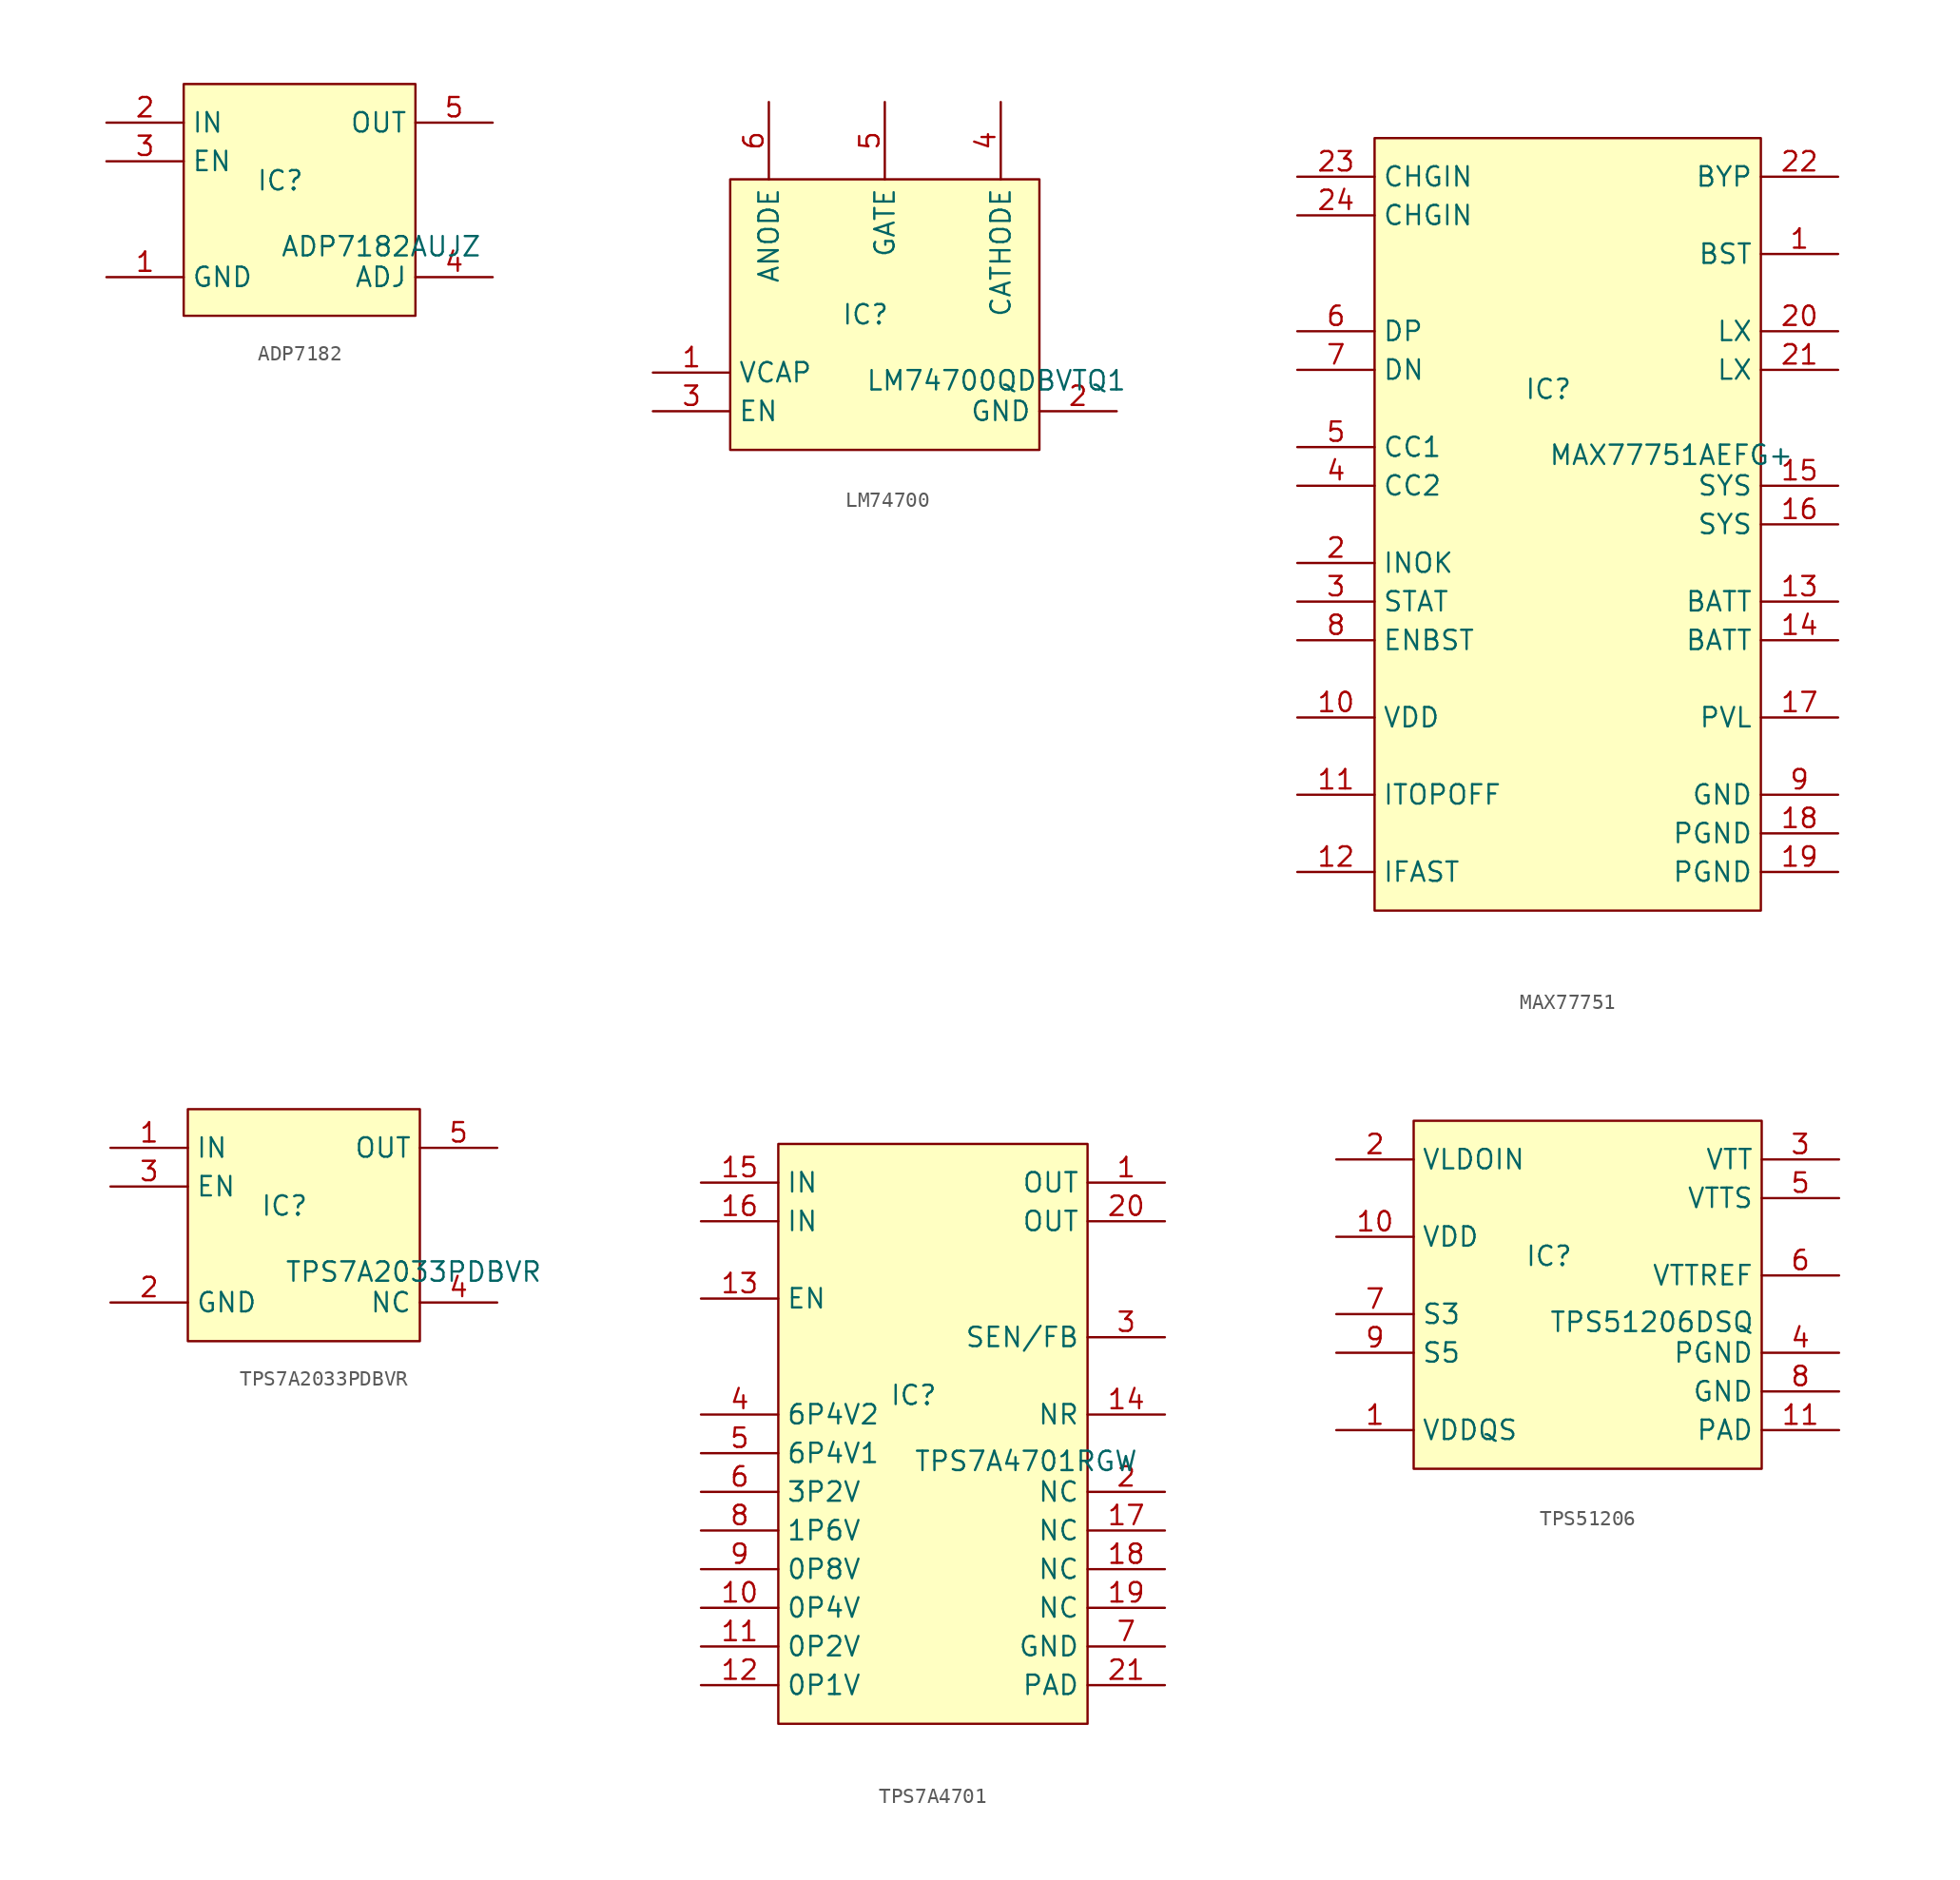
<source format=kicad_sym>
(kicad_symbol_lib
  (version 20231120)
  (generator "kicad_symbol_editor")
  (generator_version "8.0")
  (symbol "ADP7182"
    (property "Reference" "IC"
      (at -1.27 1.27 0)
      (effects (font (size 1.27 1.27))))
    (property "Value" "ADP7182AUJZ"
      (at -1.27 -3.81 0)
      (effects (font (size 1.27 1.27)) (justify left bottom)))
    (symbol "ADP7182_1_0"
      (rectangle (start -7.62 7.62) (end 7.62 -7.62) (stroke (width 0) (type solid) (color 128 0 0 1)) (fill (type background)))
      (pin passive line (at -12.7 -5.08 0) (length 5.08) (name "GND" (effects (font (size 1.27 1.27)))) (number "1" (effects (font (size 1.27 1.27)))))
      (pin passive line (at -12.7 5.08 0) (length 5.08) (name "IN" (effects (font (size 1.27 1.27)))) (number "2" (effects (font (size 1.27 1.27)))))
      (pin passive line (at -12.7 2.54 0) (length 5.08) (name "EN" (effects (font (size 1.27 1.27)))) (number "3" (effects (font (size 1.27 1.27)))))
      (pin passive line (at 12.7 -5.08 180) (length 5.08) (name "ADJ" (effects (font (size 1.27 1.27)))) (number "4" (effects (font (size 1.27 1.27)))))
      (pin passive line (at 12.7 5.08 180) (length 5.08) (name "OUT" (effects (font (size 1.27 1.27)))) (number "5" (effects (font (size 1.27 1.27)))))))
  (symbol "LM74700"
    (property "Reference" "IC"
      (at -1.27 1.27 0)
      (effects (font (size 1.27 1.27))))
    (property "Value" "LM74700QDBVTQ1"
      (at -1.27 -3.81 0)
      (effects (font (size 1.27 1.27)) (justify left bottom)))
    (symbol "LM74700_1_0"
      (rectangle (start -10.16 10.16) (end 10.16 -7.62) (stroke (width 0) (type solid) (color 128 0 0 1)) (fill (type background)))
      (pin passive line (at -15.24 -2.54 0) (length 5.08) (name "VCAP" (effects (font (size 1.27 1.27)))) (number "1" (effects (font (size 1.27 1.27)))))
      (pin passive line (at 15.24 -5.08 180) (length 5.08) (name "GND" (effects (font (size 1.27 1.27)))) (number "2" (effects (font (size 1.27 1.27)))))
      (pin input line (at -15.24 -5.08 0) (length 5.08) (name "EN" (effects (font (size 1.27 1.27)))) (number "3" (effects (font (size 1.27 1.27)))))
      (pin passive line (at 7.62 15.24 270) (length 5.08) (name "CATHODE" (effects (font (size 1.27 1.27)))) (number "4" (effects (font (size 1.27 1.27)))))
      (pin passive line (at 0 15.24 270) (length 5.08) (name "GATE" (effects (font (size 1.27 1.27)))) (number "5" (effects (font (size 1.27 1.27)))))
      (pin passive line (at -7.62 15.24 270) (length 5.08) (name "ANODE" (effects (font (size 1.27 1.27)))) (number "6" (effects (font (size 1.27 1.27)))))))
  (symbol "MAX77751"
    (property "Reference" "IC"
      (at -1.27 1.27 0)
      (effects (font (size 1.27 1.27))))
    (property "Value" "MAX77751AEFG+"
      (at -1.27 -3.81 0)
      (effects (font (size 1.27 1.27)) (justify left bottom)))
    (symbol "MAX77751_1_0"
      (rectangle (start -12.7 17.78) (end 12.7 -33.02) (stroke (width 0) (type solid) (color 128 0 0 1)) (fill (type background)))
      (pin passive line (at 17.78 10.16 180) (length 5.08) (name "BST" (effects (font (size 1.27 1.27)))) (number "1" (effects (font (size 1.27 1.27)))))
      (pin passive line (at -17.78 -20.32 0) (length 5.08) (name "VDD" (effects (font (size 1.27 1.27)))) (number "10" (effects (font (size 1.27 1.27)))))
      (pin passive line (at -17.78 -25.4 0) (length 5.08) (name "ITOPOFF" (effects (font (size 1.27 1.27)))) (number "11" (effects (font (size 1.27 1.27)))))
      (pin passive line (at -17.78 -30.48 0) (length 5.08) (name "IFAST" (effects (font (size 1.27 1.27)))) (number "12" (effects (font (size 1.27 1.27)))))
      (pin passive line (at 17.78 -12.7 180) (length 5.08) (name "BATT" (effects (font (size 1.27 1.27)))) (number "13" (effects (font (size 1.27 1.27)))))
      (pin passive line (at 17.78 -15.24 180) (length 5.08) (name "BATT" (effects (font (size 1.27 1.27)))) (number "14" (effects (font (size 1.27 1.27)))))
      (pin passive line (at 17.78 -5.08 180) (length 5.08) (name "SYS" (effects (font (size 1.27 1.27)))) (number "15" (effects (font (size 1.27 1.27)))))
      (pin passive line (at 17.78 -7.62 180) (length 5.08) (name "SYS" (effects (font (size 1.27 1.27)))) (number "16" (effects (font (size 1.27 1.27)))))
      (pin passive line (at 17.78 -20.32 180) (length 5.08) (name "PVL" (effects (font (size 1.27 1.27)))) (number "17" (effects (font (size 1.27 1.27)))))
      (pin passive line (at 17.78 -27.94 180) (length 5.08) (name "PGND" (effects (font (size 1.27 1.27)))) (number "18" (effects (font (size 1.27 1.27)))))
      (pin passive line (at 17.78 -30.48 180) (length 5.08) (name "PGND" (effects (font (size 1.27 1.27)))) (number "19" (effects (font (size 1.27 1.27)))))
      (pin passive line (at -17.78 -10.16 0) (length 5.08) (name "INOK" (effects (font (size 1.27 1.27)))) (number "2" (effects (font (size 1.27 1.27)))))
      (pin passive line (at 17.78 5.08 180) (length 5.08) (name "LX" (effects (font (size 1.27 1.27)))) (number "20" (effects (font (size 1.27 1.27)))))
      (pin passive line (at 17.78 2.54 180) (length 5.08) (name "LX" (effects (font (size 1.27 1.27)))) (number "21" (effects (font (size 1.27 1.27)))))
      (pin passive line (at 17.78 15.24 180) (length 5.08) (name "BYP" (effects (font (size 1.27 1.27)))) (number "22" (effects (font (size 1.27 1.27)))))
      (pin passive line (at -17.78 15.24 0) (length 5.08) (name "CHGIN" (effects (font (size 1.27 1.27)))) (number "23" (effects (font (size 1.27 1.27)))))
      (pin passive line (at -17.78 12.7 0) (length 5.08) (name "CHGIN" (effects (font (size 1.27 1.27)))) (number "24" (effects (font (size 1.27 1.27)))))
      (pin passive line (at -17.78 -12.7 0) (length 5.08) (name "STAT" (effects (font (size 1.27 1.27)))) (number "3" (effects (font (size 1.27 1.27)))))
      (pin passive line (at -17.78 -5.08 0) (length 5.08) (name "CC2" (effects (font (size 1.27 1.27)))) (number "4" (effects (font (size 1.27 1.27)))))
      (pin passive line (at -17.78 -2.54 0) (length 5.08) (name "CC1" (effects (font (size 1.27 1.27)))) (number "5" (effects (font (size 1.27 1.27)))))
      (pin passive line (at -17.78 5.08 0) (length 5.08) (name "DP" (effects (font (size 1.27 1.27)))) (number "6" (effects (font (size 1.27 1.27)))))
      (pin passive line (at -17.78 2.54 0) (length 5.08) (name "DN" (effects (font (size 1.27 1.27)))) (number "7" (effects (font (size 1.27 1.27)))))
      (pin input line (at -17.78 -15.24 0) (length 5.08) (name "ENBST" (effects (font (size 1.27 1.27)))) (number "8" (effects (font (size 1.27 1.27)))))
      (pin passive line (at 17.78 -25.4 180) (length 5.08) (name "GND" (effects (font (size 1.27 1.27)))) (number "9" (effects (font (size 1.27 1.27)))))))
  (symbol "TPS7A2033PDBVR"
    (property "Reference" "IC"
      (at -1.27 1.27 0)
      (effects (font (size 1.27 1.27))))
    (property "Value" "TPS7A2033PDBVR"
      (at -1.27 -3.81 0)
      (effects (font (size 1.27 1.27)) (justify left bottom)))
    (symbol "TPS7A2033PDBVR_1_0"
      (rectangle (start -7.62 7.62) (end 7.62 -7.62) (stroke (width 0) (type solid) (color 128 0 0 1)) (fill (type background)))
      (pin passive line (at -12.7 5.08 0) (length 5.08) (name "IN" (effects (font (size 1.27 1.27)))) (number "1" (effects (font (size 1.27 1.27)))))
      (pin passive line (at -12.7 -5.08 0) (length 5.08) (name "GND" (effects (font (size 1.27 1.27)))) (number "2" (effects (font (size 1.27 1.27)))))
      (pin passive line (at -12.7 2.54 0) (length 5.08) (name "EN" (effects (font (size 1.27 1.27)))) (number "3" (effects (font (size 1.27 1.27)))))
      (pin passive line (at 12.7 -5.08 180) (length 5.08) (name "NC" (effects (font (size 1.27 1.27)))) (number "4" (effects (font (size 1.27 1.27)))))
      (pin passive line (at 12.7 5.08 180) (length 5.08) (name "OUT" (effects (font (size 1.27 1.27)))) (number "5" (effects (font (size 1.27 1.27)))))))
  (symbol "TPS7A4701"
    (property "Reference" "IC"
      (at -1.27 1.27 0)
      (effects (font (size 1.27 1.27))))
    (property "Value" "TPS7A4701RGW"
      (at -1.27 -3.81 0)
      (effects (font (size 1.27 1.27)) (justify left bottom)))
    (symbol "TPS7A4701_1_0"
      (rectangle (start -10.16 17.78) (end 10.16 -20.32) (stroke (width 0) (type solid) (color 128 0 0 1)) (fill (type background)))
      (pin passive line (at 15.24 15.24 180) (length 5.08) (name "OUT" (effects (font (size 1.27 1.27)))) (number "1" (effects (font (size 1.27 1.27)))))
      (pin passive line (at -15.24 -12.7 0) (length 5.08) (name "0P4V" (effects (font (size 1.27 1.27)))) (number "10" (effects (font (size 1.27 1.27)))))
      (pin passive line (at -15.24 -15.24 0) (length 5.08) (name "0P2V" (effects (font (size 1.27 1.27)))) (number "11" (effects (font (size 1.27 1.27)))))
      (pin passive line (at -15.24 -17.78 0) (length 5.08) (name "0P1V" (effects (font (size 1.27 1.27)))) (number "12" (effects (font (size 1.27 1.27)))))
      (pin input line (at -15.24 7.62 0) (length 5.08) (name "EN" (effects (font (size 1.27 1.27)))) (number "13" (effects (font (size 1.27 1.27)))))
      (pin power_in line (at 15.24 0 180) (length 5.08) (name "NR" (effects (font (size 1.27 1.27)))) (number "14" (effects (font (size 1.27 1.27)))))
      (pin power_in line (at -15.24 15.24 0) (length 5.08) (name "IN" (effects (font (size 1.27 1.27)))) (number "15" (effects (font (size 1.27 1.27)))))
      (pin power_in line (at -15.24 12.7 0) (length 5.08) (name "IN" (effects (font (size 1.27 1.27)))) (number "16" (effects (font (size 1.27 1.27)))))
      (pin power_in line (at 15.24 -7.62 180) (length 5.08) (name "NC" (effects (font (size 1.27 1.27)))) (number "17" (effects (font (size 1.27 1.27)))))
      (pin power_in line (at 15.24 -10.16 180) (length 5.08) (name "NC" (effects (font (size 1.27 1.27)))) (number "18" (effects (font (size 1.27 1.27)))))
      (pin power_in line (at 15.24 -12.7 180) (length 5.08) (name "NC" (effects (font (size 1.27 1.27)))) (number "19" (effects (font (size 1.27 1.27)))))
      (pin passive line (at 15.24 -5.08 180) (length 5.08) (name "NC" (effects (font (size 1.27 1.27)))) (number "2" (effects (font (size 1.27 1.27)))))
      (pin power_in line (at 15.24 12.7 180) (length 5.08) (name "OUT" (effects (font (size 1.27 1.27)))) (number "20" (effects (font (size 1.27 1.27)))))
      (pin passive line (at 15.24 -17.78 180) (length 5.08) (name "PAD" (effects (font (size 1.27 1.27)))) (number "21" (effects (font (size 1.27 1.27)))))
      (pin passive line (at 15.24 5.08 180) (length 5.08) (name "SEN/FB" (effects (font (size 1.27 1.27)))) (number "3" (effects (font (size 1.27 1.27)))))
      (pin passive line (at -15.24 0 0) (length 5.08) (name "6P4V2" (effects (font (size 1.27 1.27)))) (number "4" (effects (font (size 1.27 1.27)))))
      (pin passive line (at -15.24 -2.54 0) (length 5.08) (name "6P4V1" (effects (font (size 1.27 1.27)))) (number "5" (effects (font (size 1.27 1.27)))))
      (pin passive line (at -15.24 -5.08 0) (length 5.08) (name "3P2V" (effects (font (size 1.27 1.27)))) (number "6" (effects (font (size 1.27 1.27)))))
      (pin passive line (at 15.24 -15.24 180) (length 5.08) (name "GND" (effects (font (size 1.27 1.27)))) (number "7" (effects (font (size 1.27 1.27)))))
      (pin passive line (at -15.24 -7.62 0) (length 5.08) (name "1P6V" (effects (font (size 1.27 1.27)))) (number "8" (effects (font (size 1.27 1.27)))))
      (pin passive line (at -15.24 -10.16 0) (length 5.08) (name "0P8V" (effects (font (size 1.27 1.27)))) (number "9" (effects (font (size 1.27 1.27)))))))
  (symbol "TPS51206"
    (property "Reference" "IC"
      (at -1.27 1.27 0)
      (effects (font (size 1.27 1.27))))
    (property "Value" "TPS51206DSQ"
      (at -1.27 -3.81 0)
      (effects (font (size 1.27 1.27)) (justify left bottom)))
    (symbol "TPS51206_1_0"
      (rectangle (start -10.16 10.16) (end 12.7 -12.7) (stroke (width 0) (type solid) (color 128 0 0 1)) (fill (type background)))
      (pin passive line (at -15.24 -10.16 0) (length 5.08) (name "VDDQS" (effects (font (size 1.27 1.27)))) (number "1" (effects (font (size 1.27 1.27)))))
      (pin passive line (at -15.24 2.54 0) (length 5.08) (name "VDD" (effects (font (size 1.27 1.27)))) (number "10" (effects (font (size 1.27 1.27)))))
      (pin passive line (at 17.78 -10.16 180) (length 5.08) (name "PAD" (effects (font (size 1.27 1.27)))) (number "11" (effects (font (size 1.27 1.27)))))
      (pin passive line (at -15.24 7.62 0) (length 5.08) (name "VLDOIN" (effects (font (size 1.27 1.27)))) (number "2" (effects (font (size 1.27 1.27)))))
      (pin passive line (at 17.78 7.62 180) (length 5.08) (name "VTT" (effects (font (size 1.27 1.27)))) (number "3" (effects (font (size 1.27 1.27)))))
      (pin passive line (at 17.78 -5.08 180) (length 5.08) (name "PGND" (effects (font (size 1.27 1.27)))) (number "4" (effects (font (size 1.27 1.27)))))
      (pin passive line (at 17.78 5.08 180) (length 5.08) (name "VTTS" (effects (font (size 1.27 1.27)))) (number "5" (effects (font (size 1.27 1.27)))))
      (pin passive line (at 17.78 0 180) (length 5.08) (name "VTTREF" (effects (font (size 1.27 1.27)))) (number "6" (effects (font (size 1.27 1.27)))))
      (pin passive line (at -15.24 -2.54 0) (length 5.08) (name "S3" (effects (font (size 1.27 1.27)))) (number "7" (effects (font (size 1.27 1.27)))))
      (pin passive line (at 17.78 -7.62 180) (length 5.08) (name "GND" (effects (font (size 1.27 1.27)))) (number "8" (effects (font (size 1.27 1.27)))))
      (pin passive line (at -15.24 -5.08 0) (length 5.08) (name "S5" (effects (font (size 1.27 1.27)))) (number "9" (effects (font (size 1.27 1.27))))))))
</source>
